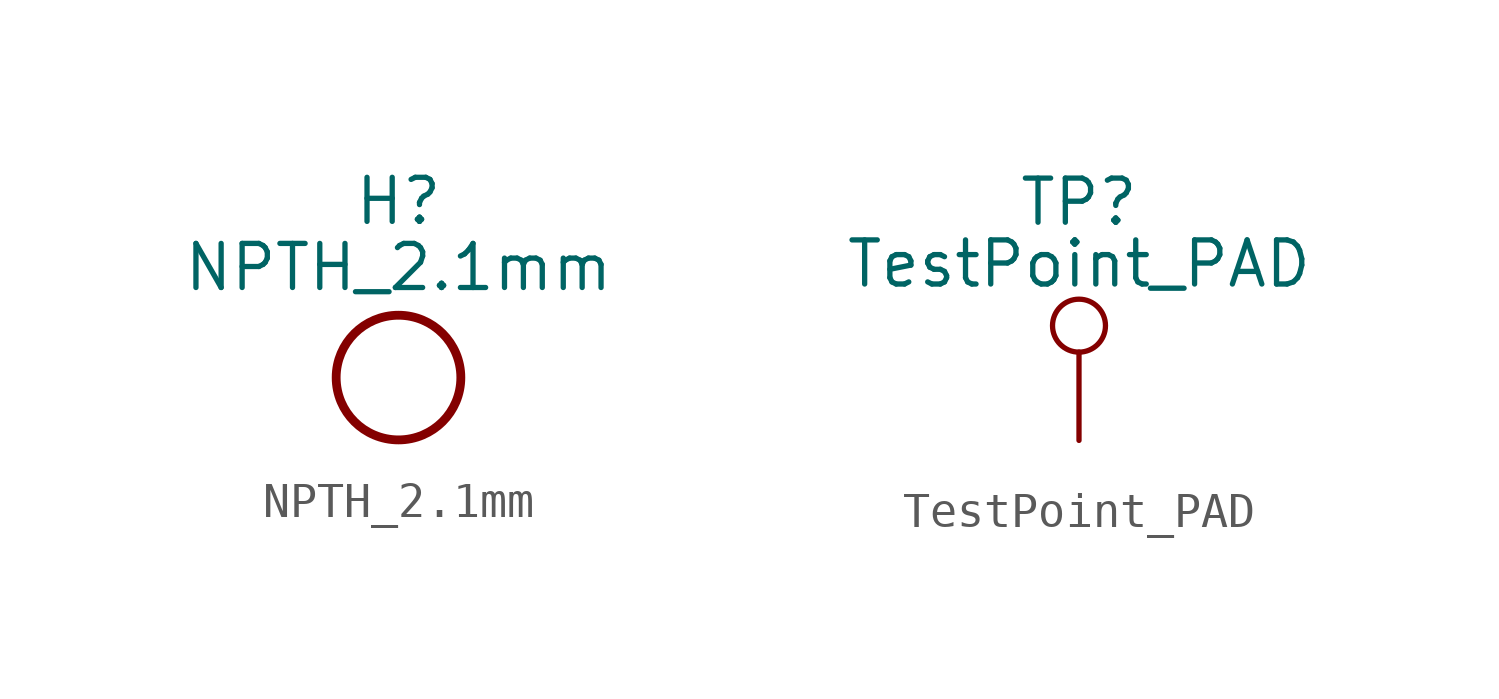
<source format=kicad_sym>
(kicad_symbol_lib
  (version 20241209)
  (generator "kicad_symbol_editor")
  (generator_version "9.0")
  (symbol "NPTH_2.1mm"
    (pin_names
      (offset 1.016))
    (property "Reference" "H"
      (at 0 5.08 0)
      (effects (font (size 1.27 1.27))))
    (property "Value" "NPTH_2.1mm"
      (at 0 3.175 0)
      (effects (font (size 1.27 1.27))))
    (symbol "NPTH_2.1mm_0_1"
      (circle (center 0 0) (radius 1.796) (stroke (width 0.254) (type default)) (fill (type none)))))
  (symbol "TestPoint_PAD"
    (pin_numbers
      (hide yes))
    (pin_names
      (offset 0.762)
      (hide yes))
    (property "Reference" "TP"
      (at 0 6.858 0)
      (effects (font (size 1.27 1.27))))
    (property "Value" "TestPoint_PAD"
      (at 0 5.08 0)
      (effects (font (size 1.27 1.27))))
    (symbol "TestPoint_PAD_0_1"
      (circle (center 0 3.302) (radius 0.762) (stroke (width 0) (type default)) (fill (type none))))
    (symbol "TestPoint_PAD_1_1"
      (pin passive line (at 0 0 90) (length 2.54) (name "1" (effects (font (size 1.27 1.27)))) (number "1" (effects (font (size 1.27 1.27))))))))
</source>
